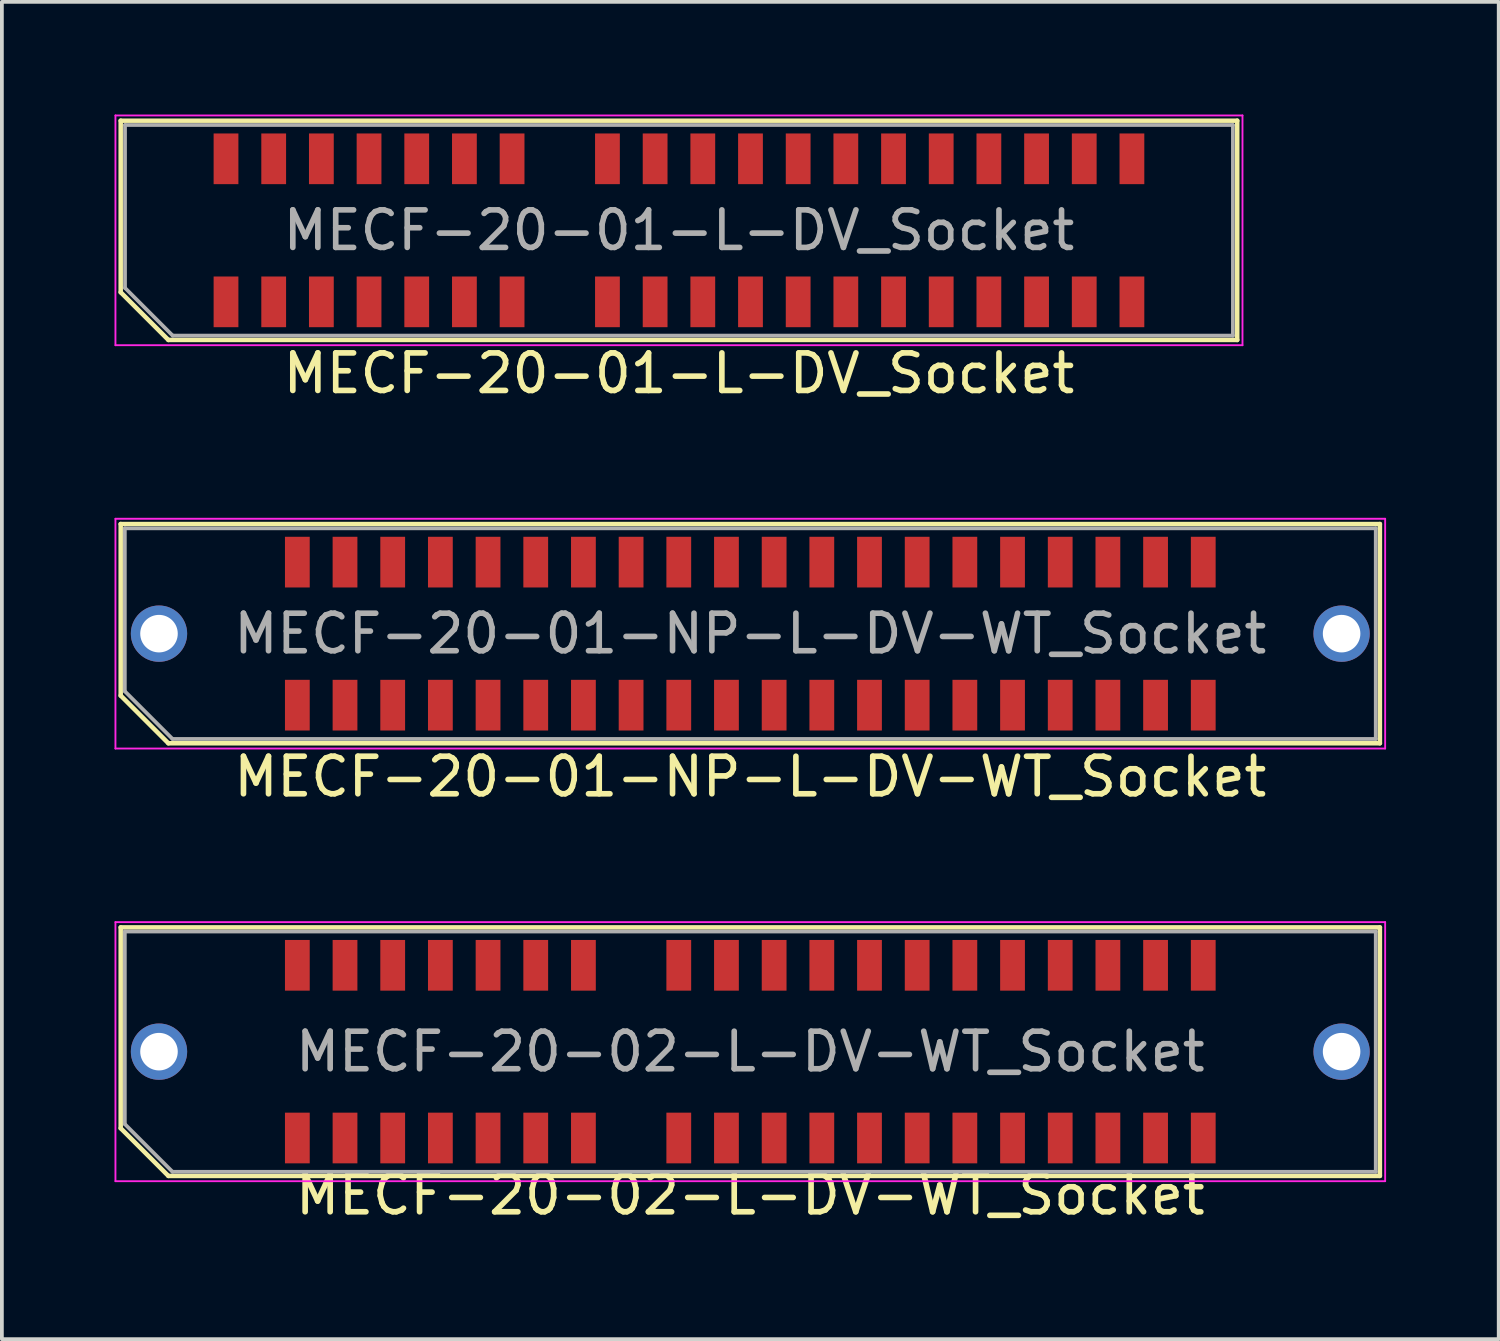
<source format=kicad_pcb>
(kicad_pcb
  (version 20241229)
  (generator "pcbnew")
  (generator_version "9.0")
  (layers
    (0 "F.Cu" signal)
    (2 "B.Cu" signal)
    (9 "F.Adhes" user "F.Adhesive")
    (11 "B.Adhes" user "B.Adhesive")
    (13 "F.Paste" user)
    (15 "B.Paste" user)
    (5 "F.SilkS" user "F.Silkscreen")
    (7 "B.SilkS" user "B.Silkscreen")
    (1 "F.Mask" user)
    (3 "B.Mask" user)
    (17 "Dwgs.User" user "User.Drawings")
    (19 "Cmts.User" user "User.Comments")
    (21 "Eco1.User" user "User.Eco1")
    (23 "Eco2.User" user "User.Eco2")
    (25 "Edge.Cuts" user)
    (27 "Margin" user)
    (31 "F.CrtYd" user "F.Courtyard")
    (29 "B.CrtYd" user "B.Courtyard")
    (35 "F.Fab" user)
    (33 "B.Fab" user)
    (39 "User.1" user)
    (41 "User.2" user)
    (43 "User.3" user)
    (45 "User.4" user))
  (footprint "MECF-20-01-L-DV_Socket"
    (layer "F.Cu")
    (at 15.035 3.085)
    (property "Reference" "MECF-20-01-L-DV_Socket" (at 0 3.81 0) (layer "F.SilkS") (effects (font (size 1 1) (thickness 0.15))))
    (attr smd)
    (fp_line (start -14.87 -2.92) (end 14.87 -2.92) (stroke (width 0.12) (type solid)) (layer "F.SilkS"))
    (fp_line (start -14.87 1.65) (end -14.87 -2.92) (stroke (width 0.12) (type solid)) (layer "F.SilkS"))
    (fp_line (start -13.6 2.92) (end -14.87 1.65) (stroke (width 0.12) (type solid)) (layer "F.SilkS"))
    (fp_line (start -13.6 2.92) (end 14.87 2.92) (stroke (width 0.12) (type solid)) (layer "F.SilkS"))
    (fp_line (start 14.87 2.92) (end 14.87 -2.92) (stroke (width 0.12) (type solid)) (layer "F.SilkS"))
    (fp_line (start -15.01 -3.06) (end -15.01 3.06) (stroke (width 0.05) (type solid)) (layer "F.CrtYd"))
    (fp_line (start -15.01 3.06) (end 15.01 3.06) (stroke (width 0.05) (type solid)) (layer "F.CrtYd"))
    (fp_line (start 15.01 -3.06) (end -15.01 -3.06) (stroke (width 0.05) (type solid)) (layer "F.CrtYd"))
    (fp_line (start 15.01 3.06) (end 15.01 -3.06) (stroke (width 0.05) (type solid)) (layer "F.CrtYd"))
    (fp_line (start -14.755 -2.805) (end 14.755 -2.805) (stroke (width 0.1) (type solid)) (layer "F.Fab"))
    (fp_line (start -14.755 1.535) (end -14.755 -2.805) (stroke (width 0.1) (type solid)) (layer "F.Fab"))
    (fp_line (start -14.755 1.535) (end -13.485 2.805) (stroke (width 0.1) (type solid)) (layer "F.Fab"))
    (fp_line (start -13.485 2.805) (end 14.755 2.805) (stroke (width 0.1) (type solid)) (layer "F.Fab"))
    (fp_line (start 14.755 2.805) (end 14.755 -2.805) (stroke (width 0.1) (type solid)) (layer "F.Fab"))
    (fp_text user "${REFERENCE}" (at 0 0 0) (layer "F.Fab") (effects (font (size 1 1) (thickness 0.15))))
    (pad "" np_thru_hole circle (at -13.845 0) (size 0.001 0.001) (drill 1.45) (layers "*.Cu" "*.Mask"))
    (pad "" np_thru_hole circle (at 13.845 1) (size 0.001 0.001) (drill 1.45) (layers "*.Cu" "*.Mask"))
    (pad "1" smd rect (at -12.065 1.905) (size 0.66 1.35) (layers "F.Cu" "F.Mask" "F.Paste"))
    (pad "2" smd rect (at -12.065 -1.905) (size 0.66 1.35) (layers "F.Cu" "F.Mask" "F.Paste"))
    (pad "3" smd rect (at -10.795 1.905) (size 0.66 1.35) (layers "F.Cu" "F.Mask" "F.Paste"))
    (pad "4" smd rect (at -10.795 -1.905) (size 0.66 1.35) (layers "F.Cu" "F.Mask" "F.Paste"))
    (pad "5" smd rect (at -9.525 1.905) (size 0.66 1.35) (layers "F.Cu" "F.Mask" "F.Paste"))
    (pad "6" smd rect (at -9.525 -1.905) (size 0.66 1.35) (layers "F.Cu" "F.Mask" "F.Paste"))
    (pad "7" smd rect (at -8.255 1.905) (size 0.66 1.35) (layers "F.Cu" "F.Mask" "F.Paste"))
    (pad "8" smd rect (at -8.255 -1.905) (size 0.66 1.35) (layers "F.Cu" "F.Mask" "F.Paste"))
    (pad "9" smd rect (at -6.985 1.905) (size 0.66 1.35) (layers "F.Cu" "F.Mask" "F.Paste"))
    (pad "10" smd rect (at -6.985 -1.905) (size 0.66 1.35) (layers "F.Cu" "F.Mask" "F.Paste"))
    (pad "11" smd rect (at -5.715 1.905) (size 0.66 1.35) (layers "F.Cu" "F.Mask" "F.Paste"))
    (pad "12" smd rect (at -5.715 -1.905) (size 0.66 1.35) (layers "F.Cu" "F.Mask" "F.Paste"))
    (pad "13" smd rect (at -4.445 1.905) (size 0.66 1.35) (layers "F.Cu" "F.Mask" "F.Paste"))
    (pad "14" smd rect (at -4.445 -1.905) (size 0.66 1.35) (layers "F.Cu" "F.Mask" "F.Paste"))
    (pad "17" smd rect (at -1.905 1.905) (size 0.66 1.35) (layers "F.Cu" "F.Mask" "F.Paste"))
    (pad "18" smd rect (at -1.905 -1.905) (size 0.66 1.35) (layers "F.Cu" "F.Mask" "F.Paste"))
    (pad "19" smd rect (at -0.635 1.905) (size 0.66 1.35) (layers "F.Cu" "F.Mask" "F.Paste"))
    (pad "20" smd rect (at -0.635 -1.905) (size 0.66 1.35) (layers "F.Cu" "F.Mask" "F.Paste"))
    (pad "21" smd rect (at 0.635 1.905) (size 0.66 1.35) (layers "F.Cu" "F.Mask" "F.Paste"))
    (pad "22" smd rect (at 0.635 -1.905) (size 0.66 1.35) (layers "F.Cu" "F.Mask" "F.Paste"))
    (pad "23" smd rect (at 1.905 1.905) (size 0.66 1.35) (layers "F.Cu" "F.Mask" "F.Paste"))
    (pad "24" smd rect (at 1.905 -1.905) (size 0.66 1.35) (layers "F.Cu" "F.Mask" "F.Paste"))
    (pad "25" smd rect (at 3.175 1.905) (size 0.66 1.35) (layers "F.Cu" "F.Mask" "F.Paste"))
    (pad "26" smd rect (at 3.175 -1.905) (size 0.66 1.35) (layers "F.Cu" "F.Mask" "F.Paste"))
    (pad "27" smd rect (at 4.445 1.905) (size 0.66 1.35) (layers "F.Cu" "F.Mask" "F.Paste"))
    (pad "28" smd rect (at 4.445 -1.905) (size 0.66 1.35) (layers "F.Cu" "F.Mask" "F.Paste"))
    (pad "29" smd rect (at 5.715 1.905) (size 0.66 1.35) (layers "F.Cu" "F.Mask" "F.Paste"))
    (pad "30" smd rect (at 5.715 -1.905) (size 0.66 1.35) (layers "F.Cu" "F.Mask" "F.Paste"))
    (pad "31" smd rect (at 6.985 1.905) (size 0.66 1.35) (layers "F.Cu" "F.Mask" "F.Paste"))
    (pad "32" smd rect (at 6.985 -1.905) (size 0.66 1.35) (layers "F.Cu" "F.Mask" "F.Paste"))
    (pad "33" smd rect (at 8.255 1.905) (size 0.66 1.35) (layers "F.Cu" "F.Mask" "F.Paste"))
    (pad "34" smd rect (at 8.255 -1.905) (size 0.66 1.35) (layers "F.Cu" "F.Mask" "F.Paste"))
    (pad "35" smd rect (at 9.525 1.905) (size 0.66 1.35) (layers "F.Cu" "F.Mask" "F.Paste"))
    (pad "36" smd rect (at 9.525 -1.905) (size 0.66 1.35) (layers "F.Cu" "F.Mask" "F.Paste"))
    (pad "37" smd rect (at 10.795 1.905) (size 0.66 1.35) (layers "F.Cu" "F.Mask" "F.Paste"))
    (pad "38" smd rect (at 10.795 -1.905) (size 0.66 1.35) (layers "F.Cu" "F.Mask" "F.Paste"))
    (pad "39" smd rect (at 12.065 1.905) (size 0.66 1.35) (layers "F.Cu" "F.Mask" "F.Paste"))
    (pad "40" smd rect (at 12.065 -1.905) (size 0.66 1.35) (layers "F.Cu" "F.Mask" "F.Paste")))
  (footprint "MECF-20-01-NP-L-DV-WT_Socket"
    (layer "F.Cu")
    (at 16.935 13.828)
    (property "Reference" "MECF-20-01-NP-L-DV-WT_Socket" (at 0 3.81 0) (layer "F.SilkS") (effects (font (size 1 1) (thickness 0.15))))
    (attr smd)
    (fp_line (start -16.77 -2.92) (end 16.77 -2.92) (stroke (width 0.12) (type solid)) (layer "F.SilkS"))
    (fp_line (start -16.77 1.65) (end -16.77 -2.92) (stroke (width 0.12) (type solid)) (layer "F.SilkS"))
    (fp_line (start -15.5 2.92) (end -16.77 1.65) (stroke (width 0.12) (type solid)) (layer "F.SilkS"))
    (fp_line (start -15.5 2.92) (end 16.77 2.92) (stroke (width 0.12) (type solid)) (layer "F.SilkS"))
    (fp_line (start 16.77 2.92) (end 16.77 -2.92) (stroke (width 0.12) (type solid)) (layer "F.SilkS"))
    (fp_line (start -16.91 -3.06) (end -16.91 3.06) (stroke (width 0.05) (type solid)) (layer "F.CrtYd"))
    (fp_line (start -16.91 3.06) (end 16.91 3.06) (stroke (width 0.05) (type solid)) (layer "F.CrtYd"))
    (fp_line (start 16.91 -3.06) (end -16.91 -3.06) (stroke (width 0.05) (type solid)) (layer "F.CrtYd"))
    (fp_line (start 16.91 3.06) (end 16.91 -3.06) (stroke (width 0.05) (type solid)) (layer "F.CrtYd"))
    (fp_line (start -16.66 -2.805) (end 16.66 -2.805) (stroke (width 0.1) (type solid)) (layer "F.Fab"))
    (fp_line (start -16.66 1.535) (end -16.66 -2.805) (stroke (width 0.1) (type solid)) (layer "F.Fab"))
    (fp_line (start -16.66 1.535) (end -15.39 2.805) (stroke (width 0.1) (type solid)) (layer "F.Fab"))
    (fp_line (start -15.39 2.805) (end 16.66 2.805) (stroke (width 0.1) (type solid)) (layer "F.Fab"))
    (fp_line (start 16.66 2.805) (end 16.66 -2.805) (stroke (width 0.1) (type solid)) (layer "F.Fab"))
    (fp_text user "${REFERENCE}" (at 0 0 0) (layer "F.Fab") (effects (font (size 1 1) (thickness 0.15))))
    (pad "" thru_hole circle (at -15.75 0) (size 1.5 1.5) (drill 1) (layers "*.Cu" "*.Mask"))
    (pad "" np_thru_hole circle (at -13.845 0) (size 0.001 0.001) (drill 1.45) (layers "*.Cu" "*.Mask"))
    (pad "" np_thru_hole circle (at 13.845 1) (size 0.001 0.001) (drill 1.45) (layers "*.Cu" "*.Mask"))
    (pad "" thru_hole circle (at 15.75 0) (size 1.5 1.5) (drill 1) (layers "*.Cu" "*.Mask"))
    (pad "1" smd rect (at -12.065 1.905) (size 0.66 1.35) (layers "F.Cu" "F.Mask" "F.Paste"))
    (pad "2" smd rect (at -12.065 -1.905) (size 0.66 1.35) (layers "F.Cu" "F.Mask" "F.Paste"))
    (pad "3" smd rect (at -10.795 1.905) (size 0.66 1.35) (layers "F.Cu" "F.Mask" "F.Paste"))
    (pad "4" smd rect (at -10.795 -1.905) (size 0.66 1.35) (layers "F.Cu" "F.Mask" "F.Paste"))
    (pad "5" smd rect (at -9.525 1.905) (size 0.66 1.35) (layers "F.Cu" "F.Mask" "F.Paste"))
    (pad "6" smd rect (at -9.525 -1.905) (size 0.66 1.35) (layers "F.Cu" "F.Mask" "F.Paste"))
    (pad "7" smd rect (at -8.255 1.905) (size 0.66 1.35) (layers "F.Cu" "F.Mask" "F.Paste"))
    (pad "8" smd rect (at -8.255 -1.905) (size 0.66 1.35) (layers "F.Cu" "F.Mask" "F.Paste"))
    (pad "9" smd rect (at -6.985 1.905) (size 0.66 1.35) (layers "F.Cu" "F.Mask" "F.Paste"))
    (pad "10" smd rect (at -6.985 -1.905) (size 0.66 1.35) (layers "F.Cu" "F.Mask" "F.Paste"))
    (pad "11" smd rect (at -5.715 1.905) (size 0.66 1.35) (layers "F.Cu" "F.Mask" "F.Paste"))
    (pad "12" smd rect (at -5.715 -1.905) (size 0.66 1.35) (layers "F.Cu" "F.Mask" "F.Paste"))
    (pad "13" smd rect (at -4.445 1.905) (size 0.66 1.35) (layers "F.Cu" "F.Mask" "F.Paste"))
    (pad "14" smd rect (at -4.445 -1.905) (size 0.66 1.35) (layers "F.Cu" "F.Mask" "F.Paste"))
    (pad "15" smd rect (at -3.175 1.905) (size 0.66 1.35) (layers "F.Cu" "F.Mask" "F.Paste"))
    (pad "16" smd rect (at -3.175 -1.905) (size 0.66 1.35) (layers "F.Cu" "F.Mask" "F.Paste"))
    (pad "17" smd rect (at -1.905 1.905) (size 0.66 1.35) (layers "F.Cu" "F.Mask" "F.Paste"))
    (pad "18" smd rect (at -1.905 -1.905) (size 0.66 1.35) (layers "F.Cu" "F.Mask" "F.Paste"))
    (pad "19" smd rect (at -0.635 1.905) (size 0.66 1.35) (layers "F.Cu" "F.Mask" "F.Paste"))
    (pad "20" smd rect (at -0.635 -1.905) (size 0.66 1.35) (layers "F.Cu" "F.Mask" "F.Paste"))
    (pad "21" smd rect (at 0.635 1.905) (size 0.66 1.35) (layers "F.Cu" "F.Mask" "F.Paste"))
    (pad "22" smd rect (at 0.635 -1.905) (size 0.66 1.35) (layers "F.Cu" "F.Mask" "F.Paste"))
    (pad "23" smd rect (at 1.905 1.905) (size 0.66 1.35) (layers "F.Cu" "F.Mask" "F.Paste"))
    (pad "24" smd rect (at 1.905 -1.905) (size 0.66 1.35) (layers "F.Cu" "F.Mask" "F.Paste"))
    (pad "25" smd rect (at 3.175 1.905) (size 0.66 1.35) (layers "F.Cu" "F.Mask" "F.Paste"))
    (pad "26" smd rect (at 3.175 -1.905) (size 0.66 1.35) (layers "F.Cu" "F.Mask" "F.Paste"))
    (pad "27" smd rect (at 4.445 1.905) (size 0.66 1.35) (layers "F.Cu" "F.Mask" "F.Paste"))
    (pad "28" smd rect (at 4.445 -1.905) (size 0.66 1.35) (layers "F.Cu" "F.Mask" "F.Paste"))
    (pad "29" smd rect (at 5.715 1.905) (size 0.66 1.35) (layers "F.Cu" "F.Mask" "F.Paste"))
    (pad "30" smd rect (at 5.715 -1.905) (size 0.66 1.35) (layers "F.Cu" "F.Mask" "F.Paste"))
    (pad "31" smd rect (at 6.985 1.905) (size 0.66 1.35) (layers "F.Cu" "F.Mask" "F.Paste"))
    (pad "32" smd rect (at 6.985 -1.905) (size 0.66 1.35) (layers "F.Cu" "F.Mask" "F.Paste"))
    (pad "33" smd rect (at 8.255 1.905) (size 0.66 1.35) (layers "F.Cu" "F.Mask" "F.Paste"))
    (pad "34" smd rect (at 8.255 -1.905) (size 0.66 1.35) (layers "F.Cu" "F.Mask" "F.Paste"))
    (pad "35" smd rect (at 9.525 1.905) (size 0.66 1.35) (layers "F.Cu" "F.Mask" "F.Paste"))
    (pad "36" smd rect (at 9.525 -1.905) (size 0.66 1.35) (layers "F.Cu" "F.Mask" "F.Paste"))
    (pad "37" smd rect (at 10.795 1.905) (size 0.66 1.35) (layers "F.Cu" "F.Mask" "F.Paste"))
    (pad "38" smd rect (at 10.795 -1.905) (size 0.66 1.35) (layers "F.Cu" "F.Mask" "F.Paste"))
    (pad "39" smd rect (at 12.065 1.905) (size 0.66 1.35) (layers "F.Cu" "F.Mask" "F.Paste"))
    (pad "40" smd rect (at 12.065 -1.905) (size 0.66 1.35) (layers "F.Cu" "F.Mask" "F.Paste")))
  (footprint "MECF-20-02-L-DV-WT_Socket"
    (layer "F.Cu")
    (at 16.935 24.962)
    (property "Reference" "MECF-20-02-L-DV-WT_Socket" (at 0 3.81 0) (layer "F.SilkS") (effects (font (size 1 1) (thickness 0.15))))
    (attr smd)
    (fp_line (start -16.77 -3.31) (end 16.77 -3.31) (stroke (width 0.12) (type solid)) (layer "F.SilkS"))
    (fp_line (start -16.77 2.04) (end -16.77 -3.31) (stroke (width 0.12) (type solid)) (layer "F.SilkS"))
    (fp_line (start -15.5 3.31) (end -16.77 2.04) (stroke (width 0.12) (type solid)) (layer "F.SilkS"))
    (fp_line (start -15.5 3.31) (end 16.77 3.31) (stroke (width 0.12) (type solid)) (layer "F.SilkS"))
    (fp_line (start 16.77 3.31) (end 16.77 -3.31) (stroke (width 0.12) (type solid)) (layer "F.SilkS"))
    (fp_line (start -16.91 -3.45) (end -16.91 3.45) (stroke (width 0.05) (type solid)) (layer "F.CrtYd"))
    (fp_line (start -16.91 3.45) (end 16.91 3.45) (stroke (width 0.05) (type solid)) (layer "F.CrtYd"))
    (fp_line (start 16.91 -3.45) (end -16.91 -3.45) (stroke (width 0.05) (type solid)) (layer "F.CrtYd"))
    (fp_line (start 16.91 3.45) (end 16.91 -3.45) (stroke (width 0.05) (type solid)) (layer "F.CrtYd"))
    (fp_line (start -16.66 -3.2) (end 16.66 -3.2) (stroke (width 0.1) (type solid)) (layer "F.Fab"))
    (fp_line (start -16.66 1.93) (end -16.66 -3.2) (stroke (width 0.1) (type solid)) (layer "F.Fab"))
    (fp_line (start -16.66 1.93) (end -15.39 3.2) (stroke (width 0.1) (type solid)) (layer "F.Fab"))
    (fp_line (start -15.39 3.2) (end 16.66 3.2) (stroke (width 0.1) (type solid)) (layer "F.Fab"))
    (fp_line (start 16.66 3.2) (end 16.66 -3.2) (stroke (width 0.1) (type solid)) (layer "F.Fab"))
    (fp_text user "${REFERENCE}" (at 0 0 0) (layer "F.Fab") (effects (font (size 1 1) (thickness 0.15))))
    (pad "" thru_hole circle (at -15.75 0) (size 1.5 1.5) (drill 1) (layers "*.Cu" "*.Mask"))
    (pad "" np_thru_hole circle (at -13.845 0) (size 0.001 0.001) (drill 1.45) (layers "*.Cu" "*.Mask"))
    (pad "" np_thru_hole circle (at 13.845 1) (size 0.001 0.001) (drill 1.45) (layers "*.Cu" "*.Mask"))
    (pad "" thru_hole circle (at 15.75 0) (size 1.5 1.5) (drill 1) (layers "*.Cu" "*.Mask"))
    (pad "1" smd rect (at -12.065 2.3) (size 0.66 1.35) (layers "F.Cu" "F.Mask" "F.Paste"))
    (pad "2" smd rect (at -12.065 -2.3) (size 0.66 1.35) (layers "F.Cu" "F.Mask" "F.Paste"))
    (pad "3" smd rect (at -10.795 2.3) (size 0.66 1.35) (layers "F.Cu" "F.Mask" "F.Paste"))
    (pad "4" smd rect (at -10.795 -2.3) (size 0.66 1.35) (layers "F.Cu" "F.Mask" "F.Paste"))
    (pad "5" smd rect (at -9.525 2.3) (size 0.66 1.35) (layers "F.Cu" "F.Mask" "F.Paste"))
    (pad "6" smd rect (at -9.525 -2.3) (size 0.66 1.35) (layers "F.Cu" "F.Mask" "F.Paste"))
    (pad "7" smd rect (at -8.255 2.3) (size 0.66 1.35) (layers "F.Cu" "F.Mask" "F.Paste"))
    (pad "8" smd rect (at -8.255 -2.3) (size 0.66 1.35) (layers "F.Cu" "F.Mask" "F.Paste"))
    (pad "9" smd rect (at -6.985 2.3) (size 0.66 1.35) (layers "F.Cu" "F.Mask" "F.Paste"))
    (pad "10" smd rect (at -6.985 -2.3) (size 0.66 1.35) (layers "F.Cu" "F.Mask" "F.Paste"))
    (pad "11" smd rect (at -5.715 2.3) (size 0.66 1.35) (layers "F.Cu" "F.Mask" "F.Paste"))
    (pad "12" smd rect (at -5.715 -2.3) (size 0.66 1.35) (layers "F.Cu" "F.Mask" "F.Paste"))
    (pad "13" smd rect (at -4.445 2.3) (size 0.66 1.35) (layers "F.Cu" "F.Mask" "F.Paste"))
    (pad "14" smd rect (at -4.445 -2.3) (size 0.66 1.35) (layers "F.Cu" "F.Mask" "F.Paste"))
    (pad "17" smd rect (at -1.905 2.3) (size 0.66 1.35) (layers "F.Cu" "F.Mask" "F.Paste"))
    (pad "18" smd rect (at -1.905 -2.3) (size 0.66 1.35) (layers "F.Cu" "F.Mask" "F.Paste"))
    (pad "19" smd rect (at -0.635 2.3) (size 0.66 1.35) (layers "F.Cu" "F.Mask" "F.Paste"))
    (pad "20" smd rect (at -0.635 -2.3) (size 0.66 1.35) (layers "F.Cu" "F.Mask" "F.Paste"))
    (pad "21" smd rect (at 0.635 2.3) (size 0.66 1.35) (layers "F.Cu" "F.Mask" "F.Paste"))
    (pad "22" smd rect (at 0.635 -2.3) (size 0.66 1.35) (layers "F.Cu" "F.Mask" "F.Paste"))
    (pad "23" smd rect (at 1.905 2.3) (size 0.66 1.35) (layers "F.Cu" "F.Mask" "F.Paste"))
    (pad "24" smd rect (at 1.905 -2.3) (size 0.66 1.35) (layers "F.Cu" "F.Mask" "F.Paste"))
    (pad "25" smd rect (at 3.175 2.3) (size 0.66 1.35) (layers "F.Cu" "F.Mask" "F.Paste"))
    (pad "26" smd rect (at 3.175 -2.3) (size 0.66 1.35) (layers "F.Cu" "F.Mask" "F.Paste"))
    (pad "27" smd rect (at 4.445 2.3) (size 0.66 1.35) (layers "F.Cu" "F.Mask" "F.Paste"))
    (pad "28" smd rect (at 4.445 -2.3) (size 0.66 1.35) (layers "F.Cu" "F.Mask" "F.Paste"))
    (pad "29" smd rect (at 5.715 2.3) (size 0.66 1.35) (layers "F.Cu" "F.Mask" "F.Paste"))
    (pad "30" smd rect (at 5.715 -2.3) (size 0.66 1.35) (layers "F.Cu" "F.Mask" "F.Paste"))
    (pad "31" smd rect (at 6.985 2.3) (size 0.66 1.35) (layers "F.Cu" "F.Mask" "F.Paste"))
    (pad "32" smd rect (at 6.985 -2.3) (size 0.66 1.35) (layers "F.Cu" "F.Mask" "F.Paste"))
    (pad "33" smd rect (at 8.255 2.3) (size 0.66 1.35) (layers "F.Cu" "F.Mask" "F.Paste"))
    (pad "34" smd rect (at 8.255 -2.3) (size 0.66 1.35) (layers "F.Cu" "F.Mask" "F.Paste"))
    (pad "35" smd rect (at 9.525 2.3) (size 0.66 1.35) (layers "F.Cu" "F.Mask" "F.Paste"))
    (pad "36" smd rect (at 9.525 -2.3) (size 0.66 1.35) (layers "F.Cu" "F.Mask" "F.Paste"))
    (pad "37" smd rect (at 10.795 2.3) (size 0.66 1.35) (layers "F.Cu" "F.Mask" "F.Paste"))
    (pad "38" smd rect (at 10.795 -2.3) (size 0.66 1.35) (layers "F.Cu" "F.Mask" "F.Paste"))
    (pad "39" smd rect (at 12.065 2.3) (size 0.66 1.35) (layers "F.Cu" "F.Mask" "F.Paste"))
    (pad "40" smd rect (at 12.065 -2.3) (size 0.66 1.35) (layers "F.Cu" "F.Mask" "F.Paste")))
  (gr_rect
    (start -3 -3)
    (end 36.87 32.62)
    (stroke (width 0.1) (type default))
    (fill no)
    (layer "Edge.Cuts")))
</source>
